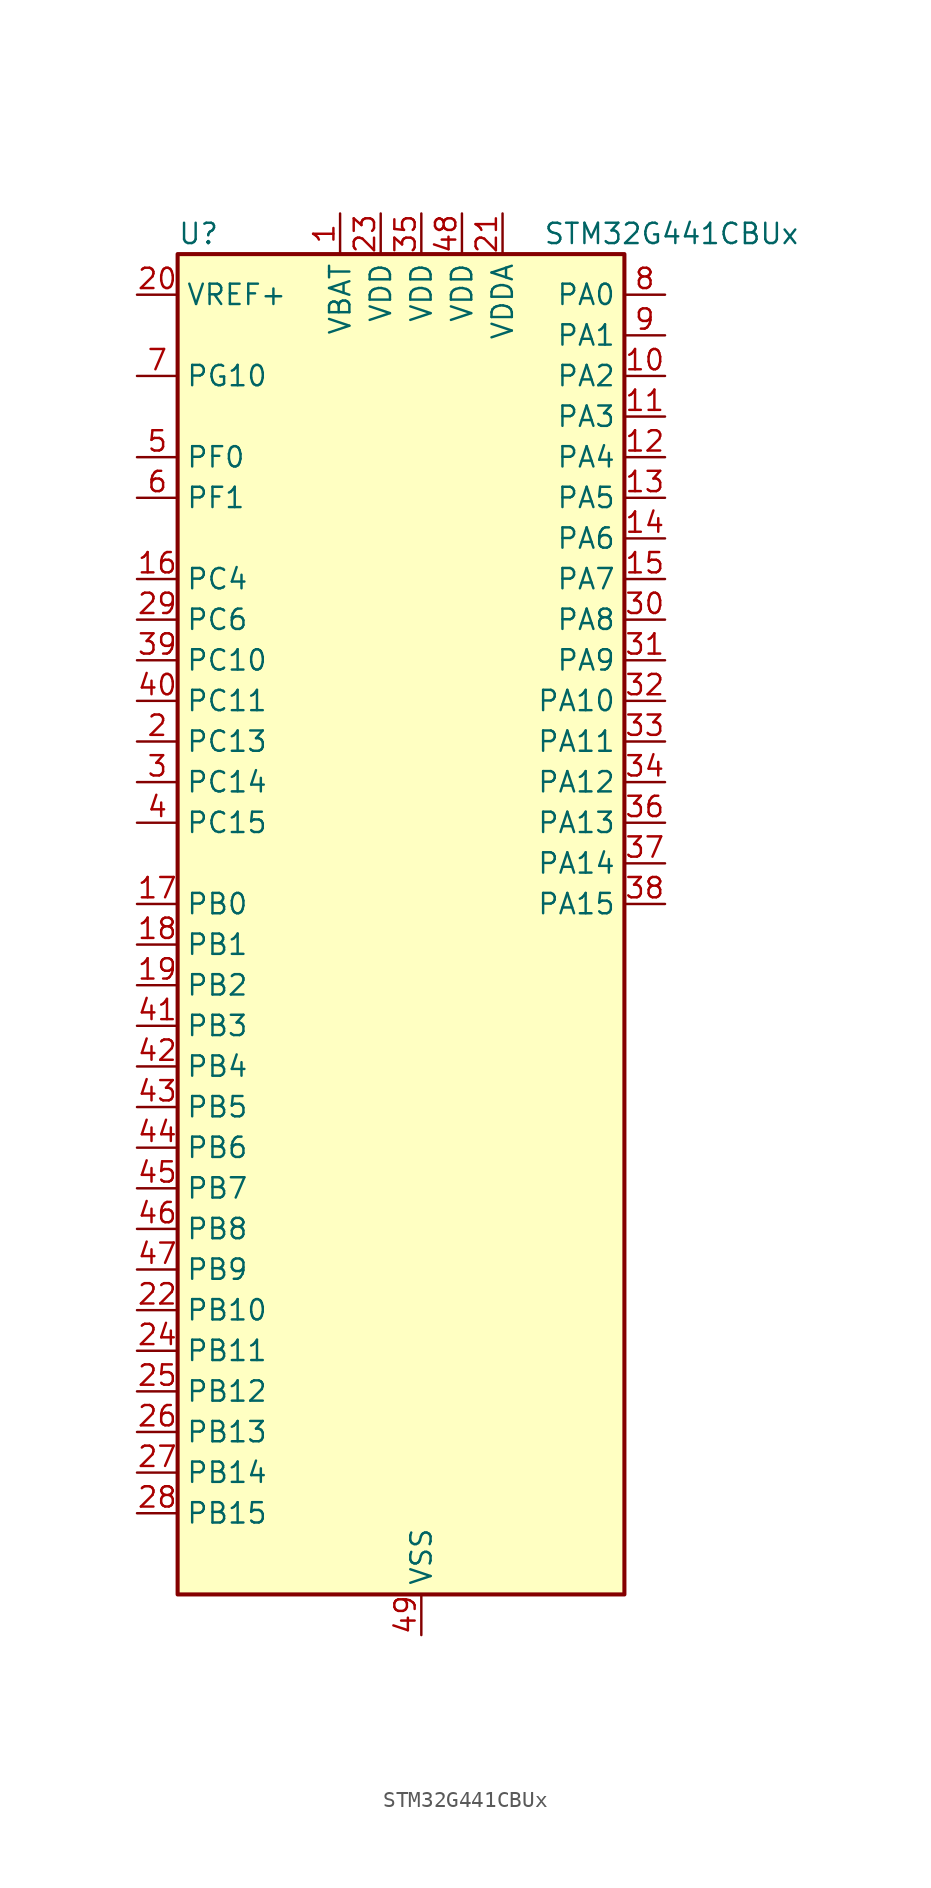
<source format=kicad_sym>
(kicad_symbol_lib
  (version 20231120)
  (generator "kicad_symbol_editor")
  (generator_version "8.0")
  (symbol "STM32G441CBUx"
    (property "Reference" "U"
      (at -12.7 44.45 0)
      (effects (font (size 1.27 1.27)) (justify left)))
    (property "Value" "STM32G441CBUx"
      (at 10.16 44.45 0)
      (effects (font (size 1.27 1.27)) (justify left)))
    (property "ki_locked" ""
      (at 0 0 0)
      (effects (font (size 1.27 1.27))))
    (symbol "STM32G441CBUx_0_1"
      (rectangle (start -12.7 -40.64) (end 15.24 43.18) (stroke (width 0.254) (type default)) (fill (type background))))
    (symbol "STM32G441CBUx_1_1"
      (pin power_in line (at -2.54 45.72 270) (length 2.54) (name "VBAT" (effects (font (size 1.27 1.27)))) (number "1" (effects (font (size 1.27 1.27)))))
      (pin bidirectional line (at 17.78 35.56 180) (length 2.54) (name "PA2" (effects (font (size 1.27 1.27)))) (number "10" (effects (font (size 1.27 1.27)))) (alternate "ADC1_IN3" bidirectional line) (alternate "COMP2_INM" bidirectional line) (alternate "COMP2_OUT" bidirectional line) (alternate "LPUART1_TX" bidirectional line) (alternate "OPAMP1_VOUT" bidirectional line) (alternate "RCC_LSCO" bidirectional line) (alternate "SYS_WKUP4" bidirectional line) (alternate "TIM15_CH1" bidirectional line) (alternate "TIM2_CH3" bidirectional line) (alternate "UCPD1_FRSTX1" bidirectional line) (alternate "UCPD1_FRSTX2" bidirectional line) (alternate "USART2_TX" bidirectional line))
      (pin bidirectional line (at 17.78 33.02 180) (length 2.54) (name "PA3" (effects (font (size 1.27 1.27)))) (number "11" (effects (font (size 1.27 1.27)))) (alternate "ADC1_IN4" bidirectional line) (alternate "COMP2_INP" bidirectional line) (alternate "LPUART1_RX" bidirectional line) (alternate "OPAMP1_VINM" bidirectional line) (alternate "OPAMP1_VINM0" bidirectional line) (alternate "OPAMP1_VINM_SEC" bidirectional line) (alternate "OPAMP1_VINP" bidirectional line) (alternate "OPAMP1_VINP_SEC" bidirectional line) (alternate "SAI1_CK1" bidirectional line) (alternate "SAI1_MCLK_A" bidirectional line) (alternate "TIM15_CH2" bidirectional line) (alternate "TIM2_CH4" bidirectional line) (alternate "USART2_RX" bidirectional line))
      (pin bidirectional line (at 17.78 30.48 180) (length 2.54) (name "PA4" (effects (font (size 1.27 1.27)))) (number "12" (effects (font (size 1.27 1.27)))) (alternate "ADC2_IN17" bidirectional line) (alternate "COMP1_INM" bidirectional line) (alternate "DAC1_OUT1" bidirectional line) (alternate "I2S3_WS" bidirectional line) (alternate "SAI1_FS_B" bidirectional line) (alternate "SPI1_NSS" bidirectional line) (alternate "SPI3_NSS" bidirectional line) (alternate "TIM3_CH2" bidirectional line) (alternate "USART2_CK" bidirectional line))
      (pin bidirectional line (at 17.78 27.94 180) (length 2.54) (name "PA5" (effects (font (size 1.27 1.27)))) (number "13" (effects (font (size 1.27 1.27)))) (alternate "ADC2_IN13" bidirectional line) (alternate "COMP2_INM" bidirectional line) (alternate "DAC1_OUT2" bidirectional line) (alternate "OPAMP2_VINM" bidirectional line) (alternate "OPAMP2_VINM0" bidirectional line) (alternate "OPAMP2_VINM_SEC" bidirectional line) (alternate "SPI1_SCK" bidirectional line) (alternate "TIM2_CH1" bidirectional line) (alternate "TIM2_ETR" bidirectional line) (alternate "UCPD1_FRSTX1" bidirectional line) (alternate "UCPD1_FRSTX2" bidirectional line))
      (pin bidirectional line (at 17.78 25.4 180) (length 2.54) (name "PA6" (effects (font (size 1.27 1.27)))) (number "14" (effects (font (size 1.27 1.27)))) (alternate "ADC2_IN3" bidirectional line) (alternate "COMP1_OUT" bidirectional line) (alternate "LPUART1_CTS" bidirectional line) (alternate "OPAMP2_VOUT" bidirectional line) (alternate "SPI1_MISO" bidirectional line) (alternate "TIM16_CH1" bidirectional line) (alternate "TIM1_BKIN" bidirectional line) (alternate "TIM3_CH1" bidirectional line) (alternate "TIM8_BKIN" bidirectional line))
      (pin bidirectional line (at 17.78 22.86 180) (length 2.54) (name "PA7" (effects (font (size 1.27 1.27)))) (number "15" (effects (font (size 1.27 1.27)))) (alternate "ADC2_IN4" bidirectional line) (alternate "COMP2_INP" bidirectional line) (alternate "COMP2_OUT" bidirectional line) (alternate "OPAMP1_VINP" bidirectional line) (alternate "OPAMP1_VINP_SEC" bidirectional line) (alternate "OPAMP2_VINP" bidirectional line) (alternate "OPAMP2_VINP_SEC" bidirectional line) (alternate "SPI1_MOSI" bidirectional line) (alternate "TIM17_CH1" bidirectional line) (alternate "TIM1_CH1N" bidirectional line) (alternate "TIM3_CH2" bidirectional line) (alternate "TIM8_CH1N" bidirectional line) (alternate "UCPD1_FRSTX1" bidirectional line) (alternate "UCPD1_FRSTX2" bidirectional line))
      (pin bidirectional line (at -15.24 22.86 0) (length 2.54) (name "PC4" (effects (font (size 1.27 1.27)))) (number "16" (effects (font (size 1.27 1.27)))) (alternate "ADC2_IN5" bidirectional line) (alternate "I2C2_SCL" bidirectional line) (alternate "TIM1_ETR" bidirectional line) (alternate "USART1_TX" bidirectional line))
      (pin bidirectional line (at -15.24 2.54 0) (length 2.54) (name "PB0" (effects (font (size 1.27 1.27)))) (number "17" (effects (font (size 1.27 1.27)))) (alternate "ADC1_IN15" bidirectional line) (alternate "COMP4_INP" bidirectional line) (alternate "OPAMP2_VINP" bidirectional line) (alternate "OPAMP2_VINP_SEC" bidirectional line) (alternate "OPAMP3_VINP" bidirectional line) (alternate "OPAMP3_VINP_SEC" bidirectional line) (alternate "TIM1_CH2N" bidirectional line) (alternate "TIM3_CH3" bidirectional line) (alternate "TIM8_CH2N" bidirectional line) (alternate "UCPD1_FRSTX1" bidirectional line) (alternate "UCPD1_FRSTX2" bidirectional line))
      (pin bidirectional line (at -15.24 0 0) (length 2.54) (name "PB1" (effects (font (size 1.27 1.27)))) (number "18" (effects (font (size 1.27 1.27)))) (alternate "ADC1_IN12" bidirectional line) (alternate "COMP1_INP" bidirectional line) (alternate "COMP4_OUT" bidirectional line) (alternate "LPUART1_DE" bidirectional line) (alternate "LPUART1_RTS" bidirectional line) (alternate "OPAMP3_VOUT" bidirectional line) (alternate "TIM1_CH3N" bidirectional line) (alternate "TIM3_CH4" bidirectional line) (alternate "TIM8_CH3N" bidirectional line))
      (pin bidirectional line (at -15.24 -2.54 0) (length 2.54) (name "PB2" (effects (font (size 1.27 1.27)))) (number "19" (effects (font (size 1.27 1.27)))) (alternate "ADC2_IN12" bidirectional line) (alternate "COMP4_INM" bidirectional line) (alternate "I2C3_SMBA" bidirectional line) (alternate "LPTIM1_OUT" bidirectional line) (alternate "OPAMP3_VINM" bidirectional line) (alternate "OPAMP3_VINM0" bidirectional line) (alternate "OPAMP3_VINM_SEC" bidirectional line) (alternate "RTC_OUT2" bidirectional line))
      (pin bidirectional line (at -15.24 12.7 0) (length 2.54) (name "PC13" (effects (font (size 1.27 1.27)))) (number "2" (effects (font (size 1.27 1.27)))) (alternate "RTC_OUT1" bidirectional line) (alternate "RTC_TAMP1" bidirectional line) (alternate "RTC_TS" bidirectional line) (alternate "SYS_WKUP2" bidirectional line) (alternate "TIM1_BKIN" bidirectional line) (alternate "TIM1_CH1N" bidirectional line) (alternate "TIM8_CH4N" bidirectional line))
      (pin input line (at -15.24 40.64 0) (length 2.54) (name "VREF+" (effects (font (size 1.27 1.27)))) (number "20" (effects (font (size 1.27 1.27)))) (alternate "VREFBUF_OUT" bidirectional line))
      (pin power_in line (at 7.62 45.72 270) (length 2.54) (name "VDDA" (effects (font (size 1.27 1.27)))) (number "21" (effects (font (size 1.27 1.27)))))
      (pin bidirectional line (at -15.24 -22.86 0) (length 2.54) (name "PB10" (effects (font (size 1.27 1.27)))) (number "22" (effects (font (size 1.27 1.27)))) (alternate "DAC1_EXTI10" bidirectional line) (alternate "DAC3_EXTI10" bidirectional line) (alternate "LPUART1_RX" bidirectional line) (alternate "OPAMP3_VINM" bidirectional line) (alternate "OPAMP3_VINM1" bidirectional line) (alternate "OPAMP3_VINM_SEC" bidirectional line) (alternate "SAI1_SCK_A" bidirectional line) (alternate "TIM1_BKIN" bidirectional line) (alternate "TIM2_CH3" bidirectional line) (alternate "USART3_TX" bidirectional line))
      (pin power_in line (at 0 45.72 270) (length 2.54) (name "VDD" (effects (font (size 1.27 1.27)))) (number "23" (effects (font (size 1.27 1.27)))))
      (pin bidirectional line (at -15.24 -25.4 0) (length 2.54) (name "PB11" (effects (font (size 1.27 1.27)))) (number "24" (effects (font (size 1.27 1.27)))) (alternate "ADC1_EXTI11" bidirectional line) (alternate "ADC1_IN14" bidirectional line) (alternate "ADC2_EXTI11" bidirectional line) (alternate "ADC2_IN14" bidirectional line) (alternate "LPUART1_TX" bidirectional line) (alternate "TIM2_CH4" bidirectional line) (alternate "USART3_RX" bidirectional line))
      (pin bidirectional line (at -15.24 -27.94 0) (length 2.54) (name "PB12" (effects (font (size 1.27 1.27)))) (number "25" (effects (font (size 1.27 1.27)))) (alternate "ADC1_IN11" bidirectional line) (alternate "I2C2_SMBA" bidirectional line) (alternate "I2S2_WS" bidirectional line) (alternate "LPUART1_DE" bidirectional line) (alternate "LPUART1_RTS" bidirectional line) (alternate "SPI2_NSS" bidirectional line) (alternate "TIM1_BKIN" bidirectional line) (alternate "USART3_CK" bidirectional line))
      (pin bidirectional line (at -15.24 -30.48 0) (length 2.54) (name "PB13" (effects (font (size 1.27 1.27)))) (number "26" (effects (font (size 1.27 1.27)))) (alternate "I2S2_CK" bidirectional line) (alternate "LPUART1_CTS" bidirectional line) (alternate "OPAMP3_VINP" bidirectional line) (alternate "OPAMP3_VINP_SEC" bidirectional line) (alternate "SPI2_SCK" bidirectional line) (alternate "TIM1_CH1N" bidirectional line) (alternate "USART3_CTS" bidirectional line) (alternate "USART3_NSS" bidirectional line))
      (pin bidirectional line (at -15.24 -33.02 0) (length 2.54) (name "PB14" (effects (font (size 1.27 1.27)))) (number "27" (effects (font (size 1.27 1.27)))) (alternate "ADC1_IN5" bidirectional line) (alternate "COMP4_OUT" bidirectional line) (alternate "OPAMP2_VINP" bidirectional line) (alternate "OPAMP2_VINP_SEC" bidirectional line) (alternate "SPI2_MISO" bidirectional line) (alternate "TIM15_CH1" bidirectional line) (alternate "TIM1_CH2N" bidirectional line) (alternate "USART3_DE" bidirectional line) (alternate "USART3_RTS" bidirectional line))
      (pin bidirectional line (at -15.24 -35.56 0) (length 2.54) (name "PB15" (effects (font (size 1.27 1.27)))) (number "28" (effects (font (size 1.27 1.27)))) (alternate "ADC1_EXTI15" bidirectional line) (alternate "ADC2_EXTI15" bidirectional line) (alternate "ADC2_IN15" bidirectional line) (alternate "COMP3_OUT" bidirectional line) (alternate "I2S2_SD" bidirectional line) (alternate "RTC_REFIN" bidirectional line) (alternate "SPI2_MOSI" bidirectional line) (alternate "TIM15_CH1N" bidirectional line) (alternate "TIM15_CH2" bidirectional line) (alternate "TIM1_CH3N" bidirectional line))
      (pin bidirectional line (at -15.24 20.32 0) (length 2.54) (name "PC6" (effects (font (size 1.27 1.27)))) (number "29" (effects (font (size 1.27 1.27)))) (alternate "I2S2_MCK" bidirectional line) (alternate "TIM3_CH1" bidirectional line) (alternate "TIM8_CH1" bidirectional line))
      (pin bidirectional line (at -15.24 10.16 0) (length 2.54) (name "PC14" (effects (font (size 1.27 1.27)))) (number "3" (effects (font (size 1.27 1.27)))) (alternate "RCC_OSC32_IN" bidirectional line))
      (pin bidirectional line (at 17.78 20.32 180) (length 2.54) (name "PA8" (effects (font (size 1.27 1.27)))) (number "30" (effects (font (size 1.27 1.27)))) (alternate "I2C2_SDA" bidirectional line) (alternate "I2C3_SCL" bidirectional line) (alternate "I2S2_MCK" bidirectional line) (alternate "RCC_MCO" bidirectional line) (alternate "SAI1_CK2" bidirectional line) (alternate "SAI1_SCK_A" bidirectional line) (alternate "TIM1_CH1" bidirectional line) (alternate "TIM4_ETR" bidirectional line) (alternate "USART1_CK" bidirectional line))
      (pin bidirectional line (at 17.78 17.78 180) (length 2.54) (name "PA9" (effects (font (size 1.27 1.27)))) (number "31" (effects (font (size 1.27 1.27)))) (alternate "DAC1_EXTI9" bidirectional line) (alternate "DAC3_EXTI9" bidirectional line) (alternate "I2C2_SCL" bidirectional line) (alternate "I2C3_SMBA" bidirectional line) (alternate "I2S3_MCK" bidirectional line) (alternate "SAI1_FS_A" bidirectional line) (alternate "TIM15_BKIN" bidirectional line) (alternate "TIM1_CH2" bidirectional line) (alternate "TIM2_CH3" bidirectional line) (alternate "UCPD1_DBCC1" bidirectional line) (alternate "USART1_TX" bidirectional line))
      (pin bidirectional line (at 17.78 15.24 180) (length 2.54) (name "PA10" (effects (font (size 1.27 1.27)))) (number "32" (effects (font (size 1.27 1.27)))) (alternate "CRS_SYNC" bidirectional line) (alternate "DAC1_EXTI10" bidirectional line) (alternate "DAC3_EXTI10" bidirectional line) (alternate "I2C2_SMBA" bidirectional line) (alternate "SAI1_D1" bidirectional line) (alternate "SAI1_SD_A" bidirectional line) (alternate "SPI2_MISO" bidirectional line) (alternate "TIM17_BKIN" bidirectional line) (alternate "TIM1_CH3" bidirectional line) (alternate "TIM2_CH4" bidirectional line) (alternate "TIM8_BKIN" bidirectional line) (alternate "UCPD1_DBCC2" bidirectional line) (alternate "USART1_RX" bidirectional line))
      (pin bidirectional line (at 17.78 12.7 180) (length 2.54) (name "PA11" (effects (font (size 1.27 1.27)))) (number "33" (effects (font (size 1.27 1.27)))) (alternate "ADC1_EXTI11" bidirectional line) (alternate "ADC2_EXTI11" bidirectional line) (alternate "COMP1_OUT" bidirectional line) (alternate "FDCAN1_RX" bidirectional line) (alternate "I2S2_SD" bidirectional line) (alternate "SPI2_MOSI" bidirectional line) (alternate "TIM1_BKIN2" bidirectional line) (alternate "TIM1_CH1N" bidirectional line) (alternate "TIM1_CH4" bidirectional line) (alternate "TIM4_CH1" bidirectional line) (alternate "USART1_CTS" bidirectional line) (alternate "USART1_NSS" bidirectional line) (alternate "USB_DM" bidirectional line))
      (pin bidirectional line (at 17.78 10.16 180) (length 2.54) (name "PA12" (effects (font (size 1.27 1.27)))) (number "34" (effects (font (size 1.27 1.27)))) (alternate "COMP2_OUT" bidirectional line) (alternate "FDCAN1_TX" bidirectional line) (alternate "I2S_CKIN" bidirectional line) (alternate "TIM16_CH1" bidirectional line) (alternate "TIM1_CH2N" bidirectional line) (alternate "TIM1_ETR" bidirectional line) (alternate "TIM4_CH2" bidirectional line) (alternate "USART1_DE" bidirectional line) (alternate "USART1_RTS" bidirectional line) (alternate "USB_DP" bidirectional line))
      (pin power_in line (at 2.54 45.72 270) (length 2.54) (name "VDD" (effects (font (size 1.27 1.27)))) (number "35" (effects (font (size 1.27 1.27)))))
      (pin bidirectional line (at 17.78 7.62 180) (length 2.54) (name "PA13" (effects (font (size 1.27 1.27)))) (number "36" (effects (font (size 1.27 1.27)))) (alternate "I2C1_SCL" bidirectional line) (alternate "IR_OUT" bidirectional line) (alternate "SAI1_SD_B" bidirectional line) (alternate "SYS_JTMS-SWDIO" bidirectional line) (alternate "TIM16_CH1N" bidirectional line) (alternate "TIM4_CH3" bidirectional line) (alternate "USART3_CTS" bidirectional line) (alternate "USART3_NSS" bidirectional line))
      (pin bidirectional line (at 17.78 5.08 180) (length 2.54) (name "PA14" (effects (font (size 1.27 1.27)))) (number "37" (effects (font (size 1.27 1.27)))) (alternate "I2C1_SDA" bidirectional line) (alternate "LPTIM1_OUT" bidirectional line) (alternate "SAI1_FS_B" bidirectional line) (alternate "SYS_JTCK-SWCLK" bidirectional line) (alternate "TIM1_BKIN" bidirectional line) (alternate "TIM8_CH2" bidirectional line) (alternate "USART2_TX" bidirectional line))
      (pin bidirectional line (at 17.78 2.54 180) (length 2.54) (name "PA15" (effects (font (size 1.27 1.27)))) (number "38" (effects (font (size 1.27 1.27)))) (alternate "ADC1_EXTI15" bidirectional line) (alternate "ADC2_EXTI15" bidirectional line) (alternate "I2C1_SCL" bidirectional line) (alternate "I2S3_WS" bidirectional line) (alternate "SPI1_NSS" bidirectional line) (alternate "SPI3_NSS" bidirectional line) (alternate "SYS_JTDI" bidirectional line) (alternate "TIM1_BKIN" bidirectional line) (alternate "TIM2_CH1" bidirectional line) (alternate "TIM2_ETR" bidirectional line) (alternate "TIM8_CH1" bidirectional line) (alternate "UART4_DE" bidirectional line) (alternate "UART4_RTS" bidirectional line) (alternate "USART2_RX" bidirectional line))
      (pin bidirectional line (at -15.24 17.78 0) (length 2.54) (name "PC10" (effects (font (size 1.27 1.27)))) (number "39" (effects (font (size 1.27 1.27)))) (alternate "DAC1_EXTI10" bidirectional line) (alternate "DAC3_EXTI10" bidirectional line) (alternate "I2S3_CK" bidirectional line) (alternate "SPI3_SCK" bidirectional line) (alternate "TIM8_CH1N" bidirectional line) (alternate "UART4_TX" bidirectional line) (alternate "USART3_TX" bidirectional line))
      (pin bidirectional line (at -15.24 7.62 0) (length 2.54) (name "PC15" (effects (font (size 1.27 1.27)))) (number "4" (effects (font (size 1.27 1.27)))) (alternate "ADC1_EXTI15" bidirectional line) (alternate "ADC2_EXTI15" bidirectional line) (alternate "RCC_OSC32_OUT" bidirectional line))
      (pin bidirectional line (at -15.24 15.24 0) (length 2.54) (name "PC11" (effects (font (size 1.27 1.27)))) (number "40" (effects (font (size 1.27 1.27)))) (alternate "ADC1_EXTI11" bidirectional line) (alternate "ADC2_EXTI11" bidirectional line) (alternate "I2C3_SDA" bidirectional line) (alternate "SPI3_MISO" bidirectional line) (alternate "TIM8_CH2N" bidirectional line) (alternate "UART4_RX" bidirectional line) (alternate "USART3_RX" bidirectional line))
      (pin bidirectional line (at -15.24 -5.08 0) (length 2.54) (name "PB3" (effects (font (size 1.27 1.27)))) (number "41" (effects (font (size 1.27 1.27)))) (alternate "CRS_SYNC" bidirectional line) (alternate "I2S3_CK" bidirectional line) (alternate "SAI1_SCK_B" bidirectional line) (alternate "SPI1_SCK" bidirectional line) (alternate "SPI3_SCK" bidirectional line) (alternate "SYS_JTDO-SWO" bidirectional line) (alternate "TIM2_CH2" bidirectional line) (alternate "TIM3_ETR" bidirectional line) (alternate "TIM4_ETR" bidirectional line) (alternate "TIM8_CH1N" bidirectional line) (alternate "USART2_TX" bidirectional line))
      (pin bidirectional line (at -15.24 -7.62 0) (length 2.54) (name "PB4" (effects (font (size 1.27 1.27)))) (number "42" (effects (font (size 1.27 1.27)))) (alternate "SAI1_MCLK_B" bidirectional line) (alternate "SPI1_MISO" bidirectional line) (alternate "SPI3_MISO" bidirectional line) (alternate "SYS_JTRST" bidirectional line) (alternate "TIM16_CH1" bidirectional line) (alternate "TIM17_BKIN" bidirectional line) (alternate "TIM3_CH1" bidirectional line) (alternate "TIM8_CH2N" bidirectional line) (alternate "UCPD1_CC2" bidirectional line) (alternate "USART2_RX" bidirectional line))
      (pin bidirectional line (at -15.24 -10.16 0) (length 2.54) (name "PB5" (effects (font (size 1.27 1.27)))) (number "43" (effects (font (size 1.27 1.27)))) (alternate "I2C1_SMBA" bidirectional line) (alternate "I2C3_SDA" bidirectional line) (alternate "I2S3_SD" bidirectional line) (alternate "LPTIM1_IN1" bidirectional line) (alternate "SAI1_SD_B" bidirectional line) (alternate "SPI1_MOSI" bidirectional line) (alternate "SPI3_MOSI" bidirectional line) (alternate "TIM16_BKIN" bidirectional line) (alternate "TIM17_CH1" bidirectional line) (alternate "TIM3_CH2" bidirectional line) (alternate "TIM8_CH3N" bidirectional line) (alternate "USART2_CK" bidirectional line))
      (pin bidirectional line (at -15.24 -12.7 0) (length 2.54) (name "PB6" (effects (font (size 1.27 1.27)))) (number "44" (effects (font (size 1.27 1.27)))) (alternate "COMP4_OUT" bidirectional line) (alternate "LPTIM1_ETR" bidirectional line) (alternate "SAI1_FS_B" bidirectional line) (alternate "TIM16_CH1N" bidirectional line) (alternate "TIM4_CH1" bidirectional line) (alternate "TIM8_BKIN2" bidirectional line) (alternate "TIM8_CH1" bidirectional line) (alternate "TIM8_ETR" bidirectional line) (alternate "UCPD1_CC1" bidirectional line) (alternate "USART1_TX" bidirectional line))
      (pin bidirectional line (at -15.24 -15.24 0) (length 2.54) (name "PB7" (effects (font (size 1.27 1.27)))) (number "45" (effects (font (size 1.27 1.27)))) (alternate "COMP3_OUT" bidirectional line) (alternate "I2C1_SDA" bidirectional line) (alternate "LPTIM1_IN2" bidirectional line) (alternate "SYS_PVD_IN" bidirectional line) (alternate "TIM17_CH1N" bidirectional line) (alternate "TIM3_CH4" bidirectional line) (alternate "TIM4_CH2" bidirectional line) (alternate "TIM8_BKIN" bidirectional line) (alternate "UART4_CTS" bidirectional line) (alternate "USART1_RX" bidirectional line))
      (pin bidirectional line (at -15.24 -17.78 0) (length 2.54) (name "PB8" (effects (font (size 1.27 1.27)))) (number "46" (effects (font (size 1.27 1.27)))) (alternate "COMP1_OUT" bidirectional line) (alternate "FDCAN1_RX" bidirectional line) (alternate "I2C1_SCL" bidirectional line) (alternate "SAI1_CK1" bidirectional line) (alternate "SAI1_MCLK_A" bidirectional line) (alternate "TIM16_CH1" bidirectional line) (alternate "TIM1_BKIN" bidirectional line) (alternate "TIM4_CH3" bidirectional line) (alternate "TIM8_CH2" bidirectional line) (alternate "USART3_RX" bidirectional line))
      (pin bidirectional line (at -15.24 -20.32 0) (length 2.54) (name "PB9" (effects (font (size 1.27 1.27)))) (number "47" (effects (font (size 1.27 1.27)))) (alternate "COMP2_OUT" bidirectional line) (alternate "DAC1_EXTI9" bidirectional line) (alternate "DAC3_EXTI9" bidirectional line) (alternate "FDCAN1_TX" bidirectional line) (alternate "I2C1_SDA" bidirectional line) (alternate "IR_OUT" bidirectional line) (alternate "SAI1_D2" bidirectional line) (alternate "SAI1_FS_A" bidirectional line) (alternate "TIM17_CH1" bidirectional line) (alternate "TIM1_CH3N" bidirectional line) (alternate "TIM4_CH4" bidirectional line) (alternate "TIM8_CH3" bidirectional line) (alternate "USART3_TX" bidirectional line))
      (pin power_in line (at 5.08 45.72 270) (length 2.54) (name "VDD" (effects (font (size 1.27 1.27)))) (number "48" (effects (font (size 1.27 1.27)))))
      (pin power_in line (at 2.54 -43.18 90) (length 2.54) (name "VSS" (effects (font (size 1.27 1.27)))) (number "49" (effects (font (size 1.27 1.27)))))
      (pin bidirectional line (at -15.24 30.48 0) (length 2.54) (name "PF0" (effects (font (size 1.27 1.27)))) (number "5" (effects (font (size 1.27 1.27)))) (alternate "ADC1_IN10" bidirectional line) (alternate "I2C2_SDA" bidirectional line) (alternate "I2S2_WS" bidirectional line) (alternate "RCC_OSC_IN" bidirectional line) (alternate "SPI2_NSS" bidirectional line) (alternate "TIM1_CH3N" bidirectional line))
      (pin bidirectional line (at -15.24 27.94 0) (length 2.54) (name "PF1" (effects (font (size 1.27 1.27)))) (number "6" (effects (font (size 1.27 1.27)))) (alternate "ADC2_IN10" bidirectional line) (alternate "COMP3_INM" bidirectional line) (alternate "I2S2_CK" bidirectional line) (alternate "RCC_OSC_OUT" bidirectional line) (alternate "SPI2_SCK" bidirectional line))
      (pin bidirectional line (at -15.24 35.56 0) (length 2.54) (name "PG10" (effects (font (size 1.27 1.27)))) (number "7" (effects (font (size 1.27 1.27)))) (alternate "DAC1_EXTI10" bidirectional line) (alternate "DAC3_EXTI10" bidirectional line) (alternate "RCC_MCO" bidirectional line))
      (pin bidirectional line (at 17.78 40.64 180) (length 2.54) (name "PA0" (effects (font (size 1.27 1.27)))) (number "8" (effects (font (size 1.27 1.27)))) (alternate "ADC1_IN1" bidirectional line) (alternate "ADC2_IN1" bidirectional line) (alternate "COMP1_INM" bidirectional line) (alternate "COMP1_OUT" bidirectional line) (alternate "COMP3_INP" bidirectional line) (alternate "RTC_TAMP2" bidirectional line) (alternate "SYS_WKUP1" bidirectional line) (alternate "TIM2_CH1" bidirectional line) (alternate "TIM2_ETR" bidirectional line) (alternate "TIM8_BKIN" bidirectional line) (alternate "TIM8_ETR" bidirectional line) (alternate "USART2_CTS" bidirectional line) (alternate "USART2_NSS" bidirectional line))
      (pin bidirectional line (at 17.78 38.1 180) (length 2.54) (name "PA1" (effects (font (size 1.27 1.27)))) (number "9" (effects (font (size 1.27 1.27)))) (alternate "ADC1_IN2" bidirectional line) (alternate "ADC2_IN2" bidirectional line) (alternate "COMP1_INP" bidirectional line) (alternate "OPAMP1_VINP" bidirectional line) (alternate "OPAMP1_VINP_SEC" bidirectional line) (alternate "OPAMP3_VINP" bidirectional line) (alternate "OPAMP3_VINP_SEC" bidirectional line) (alternate "RTC_REFIN" bidirectional line) (alternate "TIM15_CH1N" bidirectional line) (alternate "TIM2_CH2" bidirectional line) (alternate "USART2_DE" bidirectional line) (alternate "USART2_RTS" bidirectional line)))))
</source>
